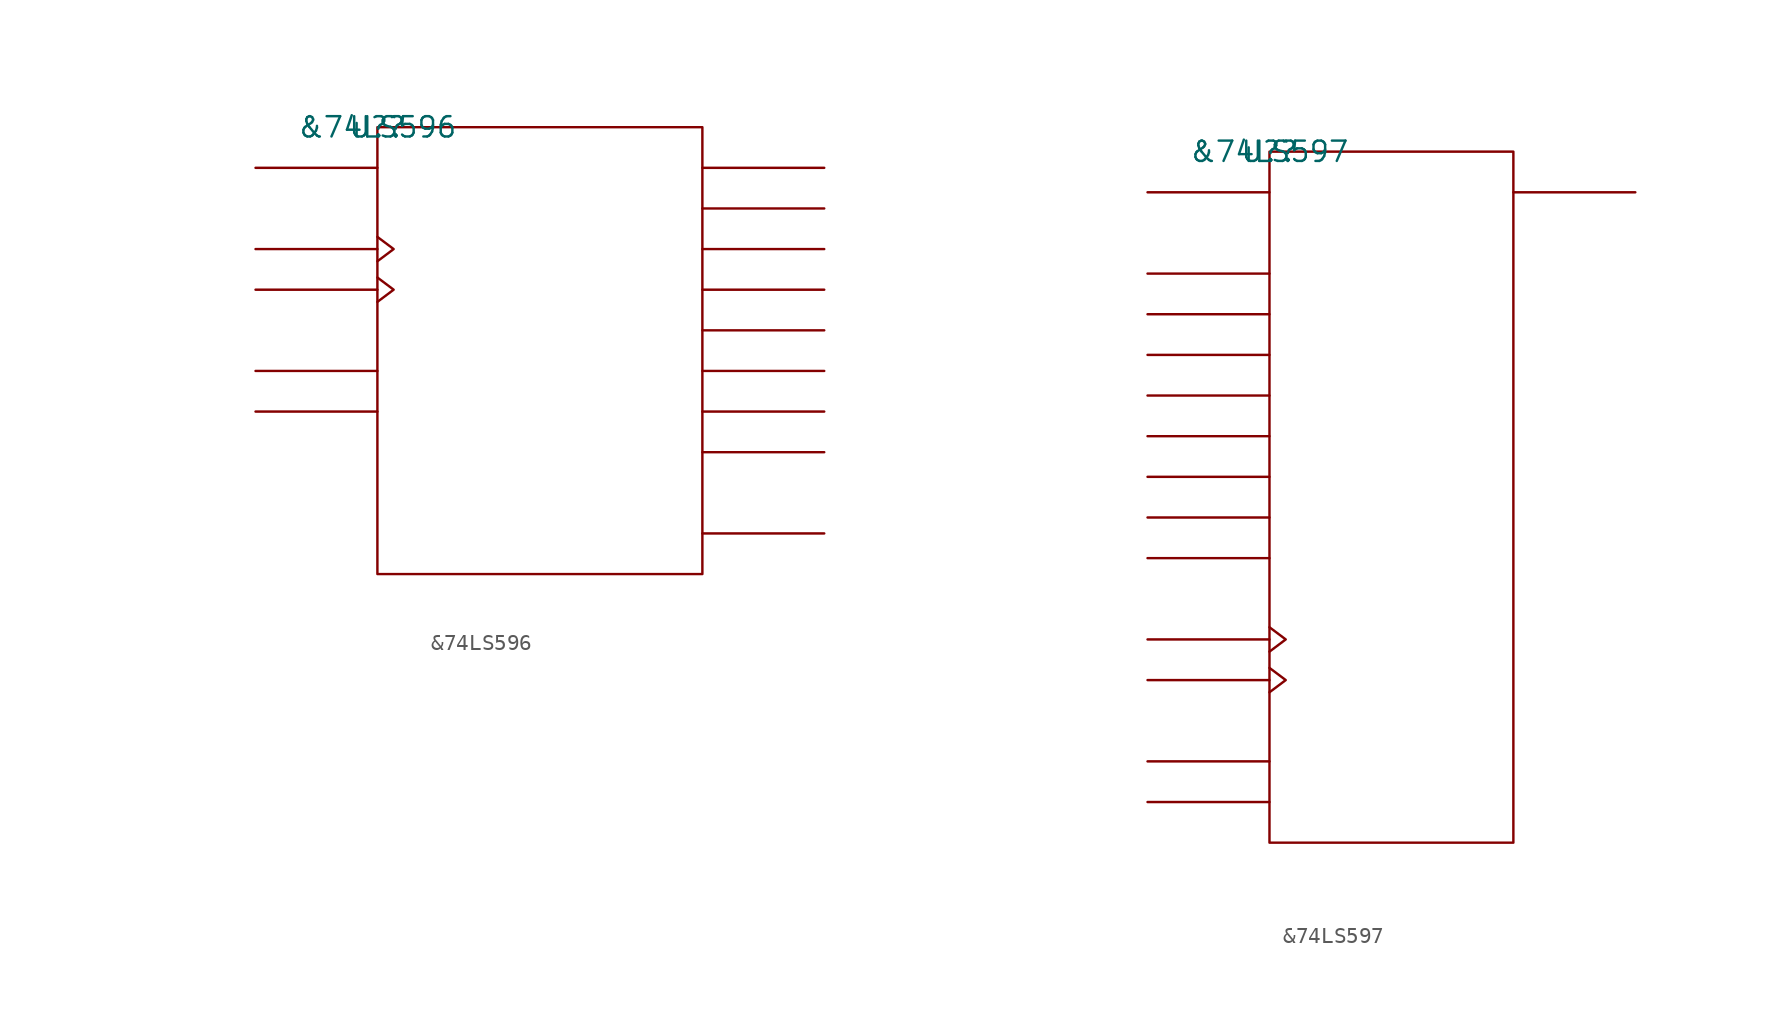
<source format=kicad_sym>
(kicad_symbol_lib
  (version 20211014)
  (generator kicad_symbol_editor)
  (symbol "&74LS596"
    (pin_names
      (offset 0.762))
    (property "Reference" "U?"
      (at 0 0 0)
      (effects (font (size 1.27 1.27))))
    (property "Value" "&74LS596"
      (at 0 0 0)
      (effects (font (size 1.27 1.27))))
    (symbol "&74LS596_0_1"
      (rectangle (start 0 -27.94) (end 20.32 0) (stroke (width 0) (type default) (color 0 0 0 0)) (fill (type none)))
      (polyline (pts (xy 0 -17.78) (xy -7.62 -17.78)) (stroke (width 0) (type default) (color 0 0 0 0)) (fill (type none)))
      (polyline (pts (xy 0 -15.24) (xy -7.62 -15.24)) (stroke (width 0) (type default) (color 0 0 0 0)) (fill (type none)))
      (polyline (pts (xy 0 -10.16) (xy -7.62 -10.16)) (stroke (width 0) (type default) (color 0 0 0 0)) (fill (type none)))
      (polyline (pts (xy 0 -7.62) (xy -7.62 -7.62)) (stroke (width 0) (type default) (color 0 0 0 0)) (fill (type none)))
      (polyline (pts (xy 0 -2.54) (xy -7.62 -2.54)) (stroke (width 0) (type default) (color 0 0 0 0)) (fill (type none)))
      (polyline (pts (xy 20.32 -25.4) (xy 27.94 -25.4)) (stroke (width 0) (type default) (color 0 0 0 0)) (fill (type none)))
      (polyline (pts (xy 20.32 -20.32) (xy 27.94 -20.32)) (stroke (width 0) (type default) (color 0 0 0 0)) (fill (type none)))
      (polyline (pts (xy 20.32 -17.78) (xy 27.94 -17.78)) (stroke (width 0) (type default) (color 0 0 0 0)) (fill (type none)))
      (polyline (pts (xy 20.32 -15.24) (xy 27.94 -15.24)) (stroke (width 0) (type default) (color 0 0 0 0)) (fill (type none)))
      (polyline (pts (xy 20.32 -12.7) (xy 27.94 -12.7)) (stroke (width 0) (type default) (color 0 0 0 0)) (fill (type none)))
      (polyline (pts (xy 20.32 -10.16) (xy 27.94 -10.16)) (stroke (width 0) (type default) (color 0 0 0 0)) (fill (type none)))
      (polyline (pts (xy 20.32 -7.62) (xy 27.94 -7.62)) (stroke (width 0) (type default) (color 0 0 0 0)) (fill (type none)))
      (polyline (pts (xy 20.32 -5.08) (xy 27.94 -5.08)) (stroke (width 0) (type default) (color 0 0 0 0)) (fill (type none)))
      (polyline (pts (xy 20.32 -2.54) (xy 27.94 -2.54)) (stroke (width 0) (type default) (color 0 0 0 0)) (fill (type none)))
      (polyline (pts (xy 0 -9.398) (xy 1.016 -10.16) (xy 0 -10.922)) (stroke (width 0) (type default) (color 0 0 0 0)) (fill (type none)))
      (polyline (pts (xy 0 -6.858) (xy 1.016 -7.62) (xy 0 -8.382)) (stroke (width 0) (type default) (color 0 0 0 0)) (fill (type none))))
    (symbol "&74LS596_1_1"
      (pin unspecified line (at 27.94 -5.08 180) (length 7.62) hide (name "QB" (effects (font (size 1.245 1.245)))) (number "1" (effects (font (size 1.245 1.245)))))
      (pin unspecified line (at -7.62 -17.78 0) (length 7.62) hide (name "S\\R\\C\\L\\R\\" (effects (font (size 1.245 1.245)))) (number "10" (effects (font (size 1.245 1.245)))))
      (pin unspecified line (at -7.62 -10.16 180) (length 7.62) hide (name "SRCLK" (effects (font (size 1.245 1.245)))) (number "11" (effects (font (size 1.245 1.245)))))
      (pin unspecified line (at -7.62 -7.62 180) (length 7.62) hide (name "RCLK" (effects (font (size 1.245 1.245)))) (number "12" (effects (font (size 1.245 1.245)))))
      (pin unspecified line (at -7.62 -15.24 0) (length 7.62) hide (name "G\\" (effects (font (size 1.245 1.245)))) (number "13" (effects (font (size 1.245 1.245)))))
      (pin unspecified line (at -7.62 -2.54 0) (length 7.62) hide (name "SER" (effects (font (size 1.245 1.245)))) (number "14" (effects (font (size 1.245 1.245)))))
      (pin unspecified line (at 27.94 -2.54 180) (length 7.62) hide (name "QA" (effects (font (size 1.245 1.245)))) (number "15" (effects (font (size 1.245 1.245)))))
      (pin power_in line (at 10.16 0 180) (length 7.62) hide (name "VCC" (effects (font (size 1.245 1.245)))) (number "16" (effects (font (size 1.245 1.245)))))
      (pin unspecified line (at 27.94 -7.62 180) (length 7.62) hide (name "QC" (effects (font (size 1.245 1.245)))) (number "2" (effects (font (size 1.245 1.245)))))
      (pin unspecified line (at 27.94 -10.16 180) (length 7.62) hide (name "QD" (effects (font (size 1.245 1.245)))) (number "3" (effects (font (size 1.245 1.245)))))
      (pin unspecified line (at 27.94 -12.7 180) (length 7.62) hide (name "QE" (effects (font (size 1.245 1.245)))) (number "4" (effects (font (size 1.245 1.245)))))
      (pin unspecified line (at 27.94 -15.24 180) (length 7.62) hide (name "QF" (effects (font (size 1.245 1.245)))) (number "5" (effects (font (size 1.245 1.245)))))
      (pin unspecified line (at 27.94 -17.78 180) (length 7.62) hide (name "QG" (effects (font (size 1.245 1.245)))) (number "6" (effects (font (size 1.245 1.245)))))
      (pin unspecified line (at 27.94 -20.32 180) (length 7.62) hide (name "QH" (effects (font (size 1.245 1.245)))) (number "7" (effects (font (size 1.245 1.245)))))
      (pin power_in line (at 2.54 -27.94 180) (length 7.62) hide (name "GND" (effects (font (size 1.245 1.245)))) (number "8" (effects (font (size 1.245 1.245)))))
      (pin unspecified line (at 27.94 -25.4 180) (length 7.62) hide (name "QH'" (effects (font (size 1.245 1.245)))) (number "9" (effects (font (size 1.245 1.245)))))))
  (symbol "&74LS597"
    (pin_names
      (offset 0.762))
    (property "Reference" "U?"
      (at 0 0 0)
      (effects (font (size 1.27 1.27))))
    (property "Value" "&74LS597"
      (at 0 0 0)
      (effects (font (size 1.27 1.27))))
    (symbol "&74LS597_0_1"
      (rectangle (start 0 -43.18) (end 15.24 0) (stroke (width 0) (type default) (color 0 0 0 0)) (fill (type none)))
      (polyline (pts (xy 0 -40.64) (xy -7.62 -40.64)) (stroke (width 0) (type default) (color 0 0 0 0)) (fill (type none)))
      (polyline (pts (xy 0 -38.1) (xy -7.62 -38.1)) (stroke (width 0) (type default) (color 0 0 0 0)) (fill (type none)))
      (polyline (pts (xy 0 -33.02) (xy -7.62 -33.02)) (stroke (width 0) (type default) (color 0 0 0 0)) (fill (type none)))
      (polyline (pts (xy 0 -30.48) (xy -7.62 -30.48)) (stroke (width 0) (type default) (color 0 0 0 0)) (fill (type none)))
      (polyline (pts (xy 0 -25.4) (xy -7.62 -25.4)) (stroke (width 0) (type default) (color 0 0 0 0)) (fill (type none)))
      (polyline (pts (xy 0 -22.86) (xy -7.62 -22.86)) (stroke (width 0) (type default) (color 0 0 0 0)) (fill (type none)))
      (polyline (pts (xy 0 -20.32) (xy -7.62 -20.32)) (stroke (width 0) (type default) (color 0 0 0 0)) (fill (type none)))
      (polyline (pts (xy 0 -17.78) (xy -7.62 -17.78)) (stroke (width 0) (type default) (color 0 0 0 0)) (fill (type none)))
      (polyline (pts (xy 0 -15.24) (xy -7.62 -15.24)) (stroke (width 0) (type default) (color 0 0 0 0)) (fill (type none)))
      (polyline (pts (xy 0 -12.7) (xy -7.62 -12.7)) (stroke (width 0) (type default) (color 0 0 0 0)) (fill (type none)))
      (polyline (pts (xy 0 -10.16) (xy -7.62 -10.16)) (stroke (width 0) (type default) (color 0 0 0 0)) (fill (type none)))
      (polyline (pts (xy 0 -7.62) (xy -7.62 -7.62)) (stroke (width 0) (type default) (color 0 0 0 0)) (fill (type none)))
      (polyline (pts (xy 0 -2.54) (xy -7.62 -2.54)) (stroke (width 0) (type default) (color 0 0 0 0)) (fill (type none)))
      (polyline (pts (xy 15.24 -2.54) (xy 22.86 -2.54)) (stroke (width 0) (type default) (color 0 0 0 0)) (fill (type none)))
      (polyline (pts (xy 0 -32.258) (xy 1.016 -33.02) (xy 0 -33.782)) (stroke (width 0) (type default) (color 0 0 0 0)) (fill (type none)))
      (polyline (pts (xy 0 -29.718) (xy 1.016 -30.48) (xy 0 -31.242)) (stroke (width 0) (type default) (color 0 0 0 0)) (fill (type none))))
    (symbol "&74LS597_1_1"
      (pin unspecified line (at -7.62 -10.16 0) (length 7.62) hide (name "B" (effects (font (size 1.245 1.245)))) (number "1" (effects (font (size 1.245 1.245)))))
      (pin unspecified line (at -7.62 -40.64 0) (length 7.62) hide (name "S\\R\\C\\L\\R\\" (effects (font (size 1.245 1.245)))) (number "10" (effects (font (size 1.245 1.245)))))
      (pin unspecified line (at -7.62 -33.02 180) (length 7.62) hide (name "SRCLK" (effects (font (size 1.245 1.245)))) (number "11" (effects (font (size 1.245 1.245)))))
      (pin unspecified line (at -7.62 -30.48 180) (length 7.62) hide (name "RCLK" (effects (font (size 1.245 1.245)))) (number "12" (effects (font (size 1.245 1.245)))))
      (pin unspecified line (at -7.62 -38.1 0) (length 7.62) hide (name "L\\O\\A\\D\\" (effects (font (size 1.245 1.245)))) (number "13" (effects (font (size 1.245 1.245)))))
      (pin unspecified line (at -7.62 -2.54 0) (length 7.62) hide (name "SER" (effects (font (size 1.245 1.245)))) (number "14" (effects (font (size 1.245 1.245)))))
      (pin unspecified line (at -7.62 -7.62 0) (length 7.62) hide (name "A" (effects (font (size 1.245 1.245)))) (number "15" (effects (font (size 1.245 1.245)))))
      (pin power_in line (at 7.62 0 180) (length 7.62) hide (name "VCC" (effects (font (size 1.245 1.245)))) (number "16" (effects (font (size 1.245 1.245)))))
      (pin unspecified line (at -7.62 -12.7 0) (length 7.62) hide (name "C" (effects (font (size 1.245 1.245)))) (number "2" (effects (font (size 1.245 1.245)))))
      (pin unspecified line (at -7.62 -15.24 0) (length 7.62) hide (name "D" (effects (font (size 1.245 1.245)))) (number "3" (effects (font (size 1.245 1.245)))))
      (pin unspecified line (at -7.62 -17.78 0) (length 7.62) hide (name "E" (effects (font (size 1.245 1.245)))) (number "4" (effects (font (size 1.245 1.245)))))
      (pin unspecified line (at -7.62 -20.32 0) (length 7.62) hide (name "F" (effects (font (size 1.245 1.245)))) (number "5" (effects (font (size 1.245 1.245)))))
      (pin unspecified line (at -7.62 -22.86 0) (length 7.62) hide (name "G" (effects (font (size 1.245 1.245)))) (number "6" (effects (font (size 1.245 1.245)))))
      (pin unspecified line (at -7.62 -25.4 0) (length 7.62) hide (name "H" (effects (font (size 1.245 1.245)))) (number "7" (effects (font (size 1.245 1.245)))))
      (pin power_in line (at 12.7 -43.18 180) (length 7.62) hide (name "GND" (effects (font (size 1.245 1.245)))) (number "8" (effects (font (size 1.245 1.245)))))
      (pin unspecified line (at 22.86 -2.54 180) (length 7.62) hide (name "QH" (effects (font (size 1.245 1.245)))) (number "9" (effects (font (size 1.245 1.245))))))))
</source>
